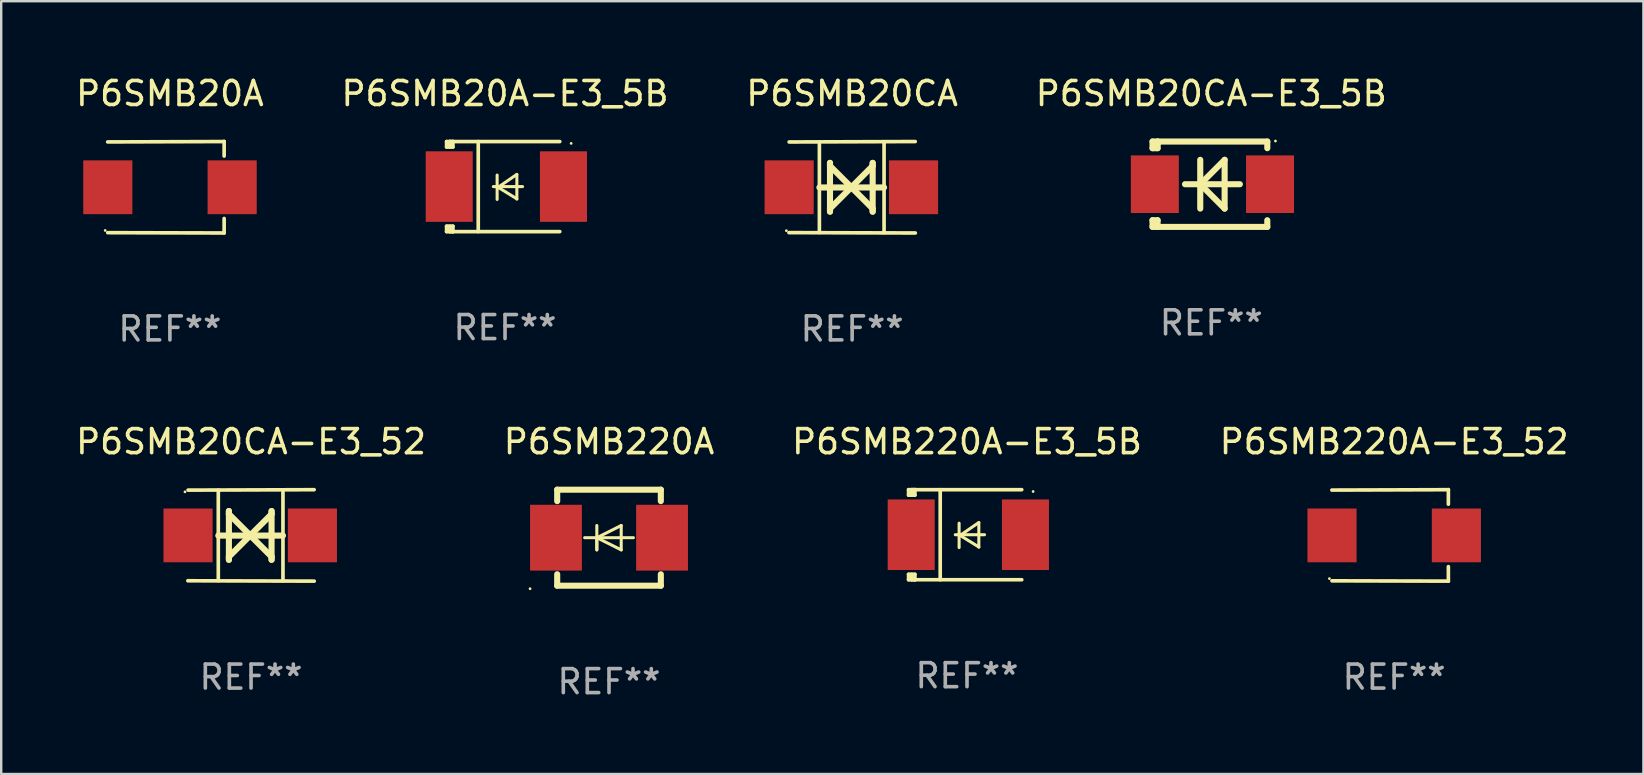
<source format=kicad_pcb>
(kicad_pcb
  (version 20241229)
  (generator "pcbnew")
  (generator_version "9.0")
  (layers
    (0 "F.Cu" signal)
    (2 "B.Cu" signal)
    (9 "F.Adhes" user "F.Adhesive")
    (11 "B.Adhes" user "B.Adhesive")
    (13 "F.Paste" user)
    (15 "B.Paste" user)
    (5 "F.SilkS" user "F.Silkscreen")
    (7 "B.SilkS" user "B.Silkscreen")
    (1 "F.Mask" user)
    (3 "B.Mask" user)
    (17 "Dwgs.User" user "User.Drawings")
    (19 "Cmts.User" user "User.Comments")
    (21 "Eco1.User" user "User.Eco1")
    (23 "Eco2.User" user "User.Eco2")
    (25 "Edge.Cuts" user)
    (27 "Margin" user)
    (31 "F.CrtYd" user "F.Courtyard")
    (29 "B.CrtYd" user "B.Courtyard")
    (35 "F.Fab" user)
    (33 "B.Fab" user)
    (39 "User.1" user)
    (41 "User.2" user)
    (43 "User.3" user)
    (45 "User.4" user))
  (footprint "P6SMB220A"
    (layer "F.Cu")
    (at 22.327 19.355)
    (property "Reference" "P6SMB220A" (at 0 -4 0) (layer "F.SilkS") (effects (font (size 1 1) (thickness 0.15))))
    (attr through_hole)
    (fp_line (start -2.159 -2) (end 2.159 -2) (stroke (width 0.254) (type solid)) (layer "F.SilkS"))
    (fp_line (start -2.159 -1.524) (end -2.159 -2) (stroke (width 0.254) (type solid)) (layer "F.SilkS"))
    (fp_line (start -2.159 1.524) (end -2.159 2) (stroke (width 0.254) (type solid)) (layer "F.SilkS"))
    (fp_line (start -2.159 2) (end 2.159 2) (stroke (width 0.254) (type solid)) (layer "F.SilkS"))
    (fp_line (start -0.508 0) (end -0.508 0.508) (stroke (width 0.127) (type solid)) (layer "F.SilkS"))
    (fp_line (start -0.508 0) (end 0.508 0.508) (stroke (width 0.127) (type solid)) (layer "F.SilkS"))
    (fp_line (start -0.508 0.508) (end -0.508 -0.508) (stroke (width 0.127) (type solid)) (layer "F.SilkS"))
    (fp_line (start 0.508 -0.508) (end -0.508 0) (stroke (width 0.127) (type solid)) (layer "F.SilkS"))
    (fp_line (start 0.508 0.508) (end 0.508 -0.508) (stroke (width 0.127) (type solid)) (layer "F.SilkS"))
    (fp_line (start 1.016 0) (end -1.016 0) (stroke (width 0.127) (type solid)) (layer "F.SilkS"))
    (fp_line (start 2.159 -2) (end 2.159 -1.524) (stroke (width 0.254) (type solid)) (layer "F.SilkS"))
    (fp_line (start 2.159 2) (end 2.159 1.524) (stroke (width 0.254) (type solid)) (layer "F.SilkS"))
    (fp_circle (center -3.289 2.127) (end -3.259 2.127) (stroke (width 0.06) (type solid)) (fill no) (layer "F.SilkS"))
    (fp_text user "REF**" (at 0 6 0) (layer "F.Fab") (effects (font (size 1 1) (thickness 0.15))))
    (pad "1" smd rect (at -2.21 0 180) (size 2.159 2.743) (layers "F.Cu" "F.Mask" "F.Paste"))
    (pad "2" smd rect (at 2.21 0 180) (size 2.159 2.743) (layers "F.Cu" "F.Mask" "F.Paste")))
  (footprint "P6SMB20A"
    (layer "F.Cu")
    (at 4.03 4.753)
    (property "Reference" "P6SMB20A" (at 0 -3.905 0) (layer "F.SilkS") (effects (font (size 1 1) (thickness 0.15))))
    (attr through_hole)
    (fp_line (start 2.256 -1.905) (end -2.594 -1.889) (stroke (width 0.152) (type solid)) (layer "F.SilkS"))
    (fp_line (start 2.256 -1.905) (end 2.26 -1.905) (stroke (width 0.152) (type solid)) (layer "F.SilkS"))
    (fp_line (start 2.26 -1.905) (end 2.26 -1.301) (stroke (width 0.152) (type solid)) (layer "F.SilkS"))
    (fp_line (start 2.26 1.301) (end 2.26 1.905) (stroke (width 0.152) (type solid)) (layer "F.SilkS"))
    (fp_line (start 2.26 1.905) (end -2.59 1.892) (stroke (width 0.152) (type solid)) (layer "F.SilkS"))
    (fp_circle (center -2.697 1.8) (end -2.667 1.8) (stroke (width 0.06) (type solid)) (fill no) (layer "F.SilkS"))
    (fp_text user "REF**" (at 0 5.905 0) (layer "F.Fab") (effects (font (size 1 1) (thickness 0.15))))
    (pad "1" smd rect (at -2.588 0) (size 2.047 2.241) (layers "F.Cu" "F.Mask" "F.Paste"))
    (pad "2" smd rect (at 2.594 0) (size 2.047 2.241) (layers "F.Cu" "F.Mask" "F.Paste")))
  (footprint "P6SMB20CA-E3_5B"
    (layer "F.Cu")
    (at 47.423 4.626)
    (property "Reference" "P6SMB20CA-E3_5B" (at 0 -3.778 0) (layer "F.SilkS") (effects (font (size 1 1) (thickness 0.15))))
    (attr through_hole)
    (fp_line (start -2.448 1.501) (end -2.448 1.778) (stroke (width 0.254) (type solid)) (layer "F.SilkS"))
    (fp_line (start -2.448 1.778) (end -2.237 1.778) (stroke (width 0.254) (type solid)) (layer "F.SilkS"))
    (fp_line (start -2.448 -1.778) (end -2.448 -1.501) (stroke (width 0.254) (type solid)) (layer "F.SilkS"))
    (fp_line (start -2.448 -1.501) (end -2.238 -1.501) (stroke (width 0.254) (type solid)) (layer "F.SilkS"))
    (fp_line (start -2.448 1.501) (end -2.238 1.501) (stroke (width 0.254) (type solid)) (layer "F.SilkS"))
    (fp_line (start -2.238 -1.778) (end -2.448 -1.778) (stroke (width 0.254) (type solid)) (layer "F.SilkS"))
    (fp_line (start -2.238 -1.778) (end 2.334 -1.778) (stroke (width 0.254) (type solid)) (layer "F.SilkS"))
    (fp_line (start -2.238 -1.651) (end -2.238 -1.778) (stroke (width 0.254) (type solid)) (layer "F.SilkS"))
    (fp_line (start -2.238 -1.501) (end -2.238 -1.651) (stroke (width 0.254) (type solid)) (layer "F.SilkS"))
    (fp_line (start -2.238 1.778) (end -2.238 1.501) (stroke (width 0.254) (type solid)) (layer "F.SilkS"))
    (fp_line (start -1.095 0) (end 1.191 0) (stroke (width 0.254) (type solid)) (layer "F.SilkS"))
    (fp_line (start -0.46 -1.016) (end -0.46 1.016) (stroke (width 0.254) (type solid)) (layer "F.SilkS"))
    (fp_line (start -0.459 -0.000178) (end 0.557 1.016) (stroke (width 0.254) (type solid)) (layer "F.SilkS"))
    (fp_line (start 0.556 -1.016) (end 0.556 1.016) (stroke (width 0.254) (type solid)) (layer "F.SilkS"))
    (fp_line (start 0.557 -1.016) (end -0.459 -0.000178) (stroke (width 0.254) (type solid)) (layer "F.SilkS"))
    (fp_line (start 2.334 -1.778) (end 2.334 -1.501) (stroke (width 0.254) (type solid)) (layer "F.SilkS"))
    (fp_line (start 2.334 1.501) (end 2.334 1.778) (stroke (width 0.254) (type solid)) (layer "F.SilkS"))
    (fp_line (start 2.334 1.778) (end -2.238 1.778) (stroke (width 0.254) (type solid)) (layer "F.SilkS"))
    (fp_circle (center 2.674 -1.8) (end 2.704 -1.8) (stroke (width 0.06) (type solid)) (fill no) (layer "F.SilkS"))
    (fp_text user "REF**" (at 0 5.778 0) (layer "F.Fab") (effects (font (size 1 1) (thickness 0.15))))
    (pad "1" smd rect (at 2.448 -0.000025) (size 2 2.4) (layers "F.Cu" "F.Mask" "F.Paste"))
    (pad "2" smd rect (at -2.352 -0.000025) (size 2 2.4) (layers "F.Cu" "F.Mask" "F.Paste")))
  (footprint "P6SMB220A-E3_52"
    (layer "F.Cu")
    (at 55.042 19.26)
    (property "Reference" "P6SMB220A-E3_52" (at 0 -3.905 0) (layer "F.SilkS") (effects (font (size 1 1) (thickness 0.15))))
    (attr through_hole)
    (fp_line (start 2.256 -1.905) (end -2.594 -1.889) (stroke (width 0.152) (type solid)) (layer "F.SilkS"))
    (fp_line (start 2.256 -1.905) (end 2.26 -1.905) (stroke (width 0.152) (type solid)) (layer "F.SilkS"))
    (fp_line (start 2.26 -1.905) (end 2.26 -1.301) (stroke (width 0.152) (type solid)) (layer "F.SilkS"))
    (fp_line (start 2.26 1.301) (end 2.26 1.905) (stroke (width 0.152) (type solid)) (layer "F.SilkS"))
    (fp_line (start 2.26 1.905) (end -2.59 1.892) (stroke (width 0.152) (type solid)) (layer "F.SilkS"))
    (fp_circle (center -2.697 1.8) (end -2.667 1.8) (stroke (width 0.06) (type solid)) (fill no) (layer "F.SilkS"))
    (fp_text user "REF**" (at 0 5.905 0) (layer "F.Fab") (effects (font (size 1 1) (thickness 0.15))))
    (pad "1" smd rect (at -2.588 0) (size 2.047 2.241) (layers "F.Cu" "F.Mask" "F.Paste"))
    (pad "2" smd rect (at 2.594 0) (size 2.047 2.241) (layers "F.Cu" "F.Mask" "F.Paste")))
  (footprint "P6SMB20CA"
    (layer "F.Cu")
    (at 32.458 4.753)
    (property "Reference" "P6SMB20CA" (at 0 -3.905 0) (layer "F.SilkS") (effects (font (size 1 1) (thickness 0.15))))
    (attr through_hole)
    (fp_line (start -1.365 1.886) (end -1.365 -1.886) (stroke (width 0.152) (type solid)) (layer "F.SilkS"))
    (fp_line (start -1.365 0.008) (end 1.33 0.008) (stroke (width 0.254) (type solid)) (layer "F.SilkS"))
    (fp_line (start -0.923 -1.016) (end -0.923 1.016) (stroke (width 0.254) (type solid)) (layer "F.SilkS"))
    (fp_line (start -0.923 -0.889) (end -0.923 -1.016) (stroke (width 0.254) (type solid)) (layer "F.SilkS"))
    (fp_line (start -0.923 0.889) (end -0.034 0) (stroke (width 0.254) (type solid)) (layer "F.SilkS"))
    (fp_line (start -0.923 1.016) (end -0.923 0.889) (stroke (width 0.254) (type solid)) (layer "F.SilkS"))
    (fp_line (start -0.034 0) (end -0.923 -0.889) (stroke (width 0.254) (type solid)) (layer "F.SilkS"))
    (fp_line (start -0.034 0) (end 0.855 0.889) (stroke (width 0.254) (type solid)) (layer "F.SilkS"))
    (fp_line (start 0.855 -1.016) (end 0.855 -0.889) (stroke (width 0.254) (type solid)) (layer "F.SilkS"))
    (fp_line (start 0.855 -0.889) (end -0.034 0) (stroke (width 0.254) (type solid)) (layer "F.SilkS"))
    (fp_line (start 0.855 0.889) (end 0.855 1.016) (stroke (width 0.254) (type solid)) (layer "F.SilkS"))
    (fp_line (start 0.855 1.016) (end 0.855 -1.016) (stroke (width 0.254) (type solid)) (layer "F.SilkS"))
    (fp_line (start 1.33 1.886) (end 1.33 -1.886) (stroke (width 0.152) (type solid)) (layer "F.SilkS"))
    (fp_line (start 2.629 -1.905) (end -2.625 -1.887) (stroke (width 0.152) (type solid)) (layer "F.SilkS"))
    (fp_line (start 2.633 1.905) (end -2.633 1.89) (stroke (width 0.152) (type solid)) (layer "F.SilkS"))
    (fp_circle (center -2.741 1.81) (end -2.711 1.81) (stroke (width 0.06) (type solid)) (fill no) (layer "F.SilkS"))
    (fp_text user "REF**" (at 0 5.905 0) (layer "F.Fab") (effects (font (size 1 1) (thickness 0.15))))
    (pad "1" smd rect (at -2.625 0) (size 2.047 2.241) (layers "F.Cu" "F.Mask" "F.Paste"))
    (pad "2" smd rect (at 2.557 0) (size 2.047 2.241) (layers "F.Cu" "F.Mask" "F.Paste")))
  (footprint "P6SMB220A-E3_5B"
    (layer "F.Cu")
    (at 37.244 19.231)
    (property "Reference" "P6SMB220A-E3_5B" (at 0 -3.876 0) (layer "F.SilkS") (effects (font (size 1 1) (thickness 0.15))))
    (attr through_hole)
    (fp_line (start -2.435 1.65) (end -2.171 1.65) (stroke (width 0.152) (type solid)) (layer "F.SilkS"))
    (fp_line (start -2.435 1.876) (end -2.435 1.65) (stroke (width 0.152) (type solid)) (layer "F.SilkS"))
    (fp_line (start -2.435 -1.876) (end -2.171 -1.876) (stroke (width 0.152) (type solid)) (layer "F.SilkS"))
    (fp_line (start -2.435 -1.65) (end -2.435 -1.876) (stroke (width 0.152) (type solid)) (layer "F.SilkS"))
    (fp_line (start -2.305 -1.866) (end -2.295 -1.876) (stroke (width 0.152) (type solid)) (layer "F.SilkS"))
    (fp_line (start -2.305 -1.65) (end -2.305 -1.866) (stroke (width 0.152) (type solid)) (layer "F.SilkS"))
    (fp_line (start -2.305 1.876) (end -2.305 1.65) (stroke (width 0.152) (type solid)) (layer "F.SilkS"))
    (fp_line (start -2.295 -1.876) (end -2.295 -1.65) (stroke (width 0.152) (type solid)) (layer "F.SilkS"))
    (fp_line (start -2.171 1.876) (end -2.435 1.876) (stroke (width 0.152) (type solid)) (layer "F.SilkS"))
    (fp_line (start -2.171 -1.65) (end -2.435 -1.65) (stroke (width 0.152) (type solid)) (layer "F.SilkS"))
    (fp_line (start -2.171 -1.876) (end -2.295 -1.876) (stroke (width 0.152) (type solid)) (layer "F.SilkS"))
    (fp_line (start -2.171 -1.65) (end -2.171 -1.876) (stroke (width 0.152) (type solid)) (layer "F.SilkS"))
    (fp_line (start -2.171 1.876) (end -2.305 1.876) (stroke (width 0.152) (type solid)) (layer "F.SilkS"))
    (fp_line (start -2.171 1.876) (end -2.171 1.65) (stroke (width 0.152) (type solid)) (layer "F.SilkS"))
    (fp_line (start -1.116 1.876) (end -1.116 -1.876) (stroke (width 0.152) (type solid)) (layer "F.SilkS"))
    (fp_line (start -0.488 0.000102) (end 0.731 0.000102) (stroke (width 0.127) (type solid)) (layer "F.SilkS"))
    (fp_line (start -0.329 -0.48) (end -0.329 0.536) (stroke (width 0.127) (type solid)) (layer "F.SilkS"))
    (fp_line (start -0.29 0.03) (end 0.493 0.51) (stroke (width 0.127) (type solid)) (layer "F.SilkS"))
    (fp_line (start 0.493 -0.51) (end -0.29 0.03) (stroke (width 0.127) (type solid)) (layer "F.SilkS"))
    (fp_line (start 0.493 0.52) (end 0.493 -0.496) (stroke (width 0.127) (type solid)) (layer "F.SilkS"))
    (fp_line (start 2.281 -1.876) (end -2.171 -1.876) (stroke (width 0.152) (type solid)) (layer "F.SilkS"))
    (fp_line (start 2.281 1.876) (end -2.171 1.876) (stroke (width 0.152) (type solid)) (layer "F.SilkS"))
    (fp_circle (center 2.755 -1.8) (end 2.785 -1.8) (stroke (width 0.06) (type solid)) (fill no) (layer "F.SilkS"))
    (fp_text user "REF**" (at 0 5.876 0) (layer "F.Fab") (effects (font (size 1 1) (thickness 0.15))))
    (pad "1" smd rect (at 2.435 -0.000025 180) (size 1.96 2.94) (layers "F.Cu" "F.Mask" "F.Paste"))
    (pad "2" smd rect (at -2.325 -0.000025 180) (size 1.96 2.94) (layers "F.Cu" "F.Mask" "F.Paste")))
  (footprint "P6SMB20A-E3_5B"
    (layer "F.Cu")
    (at 17.994 4.725)
    (property "Reference" "P6SMB20A-E3_5B" (at 0 -3.876 0) (layer "F.SilkS") (effects (font (size 1 1) (thickness 0.15))))
    (attr through_hole)
    (fp_line (start -2.435 1.65) (end -2.171 1.65) (stroke (width 0.152) (type solid)) (layer "F.SilkS"))
    (fp_line (start -2.435 1.876) (end -2.435 1.65) (stroke (width 0.152) (type solid)) (layer "F.SilkS"))
    (fp_line (start -2.435 -1.876) (end -2.171 -1.876) (stroke (width 0.152) (type solid)) (layer "F.SilkS"))
    (fp_line (start -2.435 -1.65) (end -2.435 -1.876) (stroke (width 0.152) (type solid)) (layer "F.SilkS"))
    (fp_line (start -2.305 -1.866) (end -2.295 -1.876) (stroke (width 0.152) (type solid)) (layer "F.SilkS"))
    (fp_line (start -2.305 -1.65) (end -2.305 -1.866) (stroke (width 0.152) (type solid)) (layer "F.SilkS"))
    (fp_line (start -2.305 1.876) (end -2.305 1.65) (stroke (width 0.152) (type solid)) (layer "F.SilkS"))
    (fp_line (start -2.295 -1.876) (end -2.295 -1.65) (stroke (width 0.152) (type solid)) (layer "F.SilkS"))
    (fp_line (start -2.171 1.876) (end -2.435 1.876) (stroke (width 0.152) (type solid)) (layer "F.SilkS"))
    (fp_line (start -2.171 -1.65) (end -2.435 -1.65) (stroke (width 0.152) (type solid)) (layer "F.SilkS"))
    (fp_line (start -2.171 -1.876) (end -2.295 -1.876) (stroke (width 0.152) (type solid)) (layer "F.SilkS"))
    (fp_line (start -2.171 -1.65) (end -2.171 -1.876) (stroke (width 0.152) (type solid)) (layer "F.SilkS"))
    (fp_line (start -2.171 1.876) (end -2.305 1.876) (stroke (width 0.152) (type solid)) (layer "F.SilkS"))
    (fp_line (start -2.171 1.876) (end -2.171 1.65) (stroke (width 0.152) (type solid)) (layer "F.SilkS"))
    (fp_line (start -1.116 1.876) (end -1.116 -1.876) (stroke (width 0.152) (type solid)) (layer "F.SilkS"))
    (fp_line (start -0.488 0.000102) (end 0.731 0.000102) (stroke (width 0.127) (type solid)) (layer "F.SilkS"))
    (fp_line (start -0.329 -0.48) (end -0.329 0.536) (stroke (width 0.127) (type solid)) (layer "F.SilkS"))
    (fp_line (start -0.29 0.03) (end 0.493 0.51) (stroke (width 0.127) (type solid)) (layer "F.SilkS"))
    (fp_line (start 0.493 -0.51) (end -0.29 0.03) (stroke (width 0.127) (type solid)) (layer "F.SilkS"))
    (fp_line (start 0.493 0.52) (end 0.493 -0.496) (stroke (width 0.127) (type solid)) (layer "F.SilkS"))
    (fp_line (start 2.281 -1.876) (end -2.171 -1.876) (stroke (width 0.152) (type solid)) (layer "F.SilkS"))
    (fp_line (start 2.281 1.876) (end -2.171 1.876) (stroke (width 0.152) (type solid)) (layer "F.SilkS"))
    (fp_circle (center 2.755 -1.8) (end 2.785 -1.8) (stroke (width 0.06) (type solid)) (fill no) (layer "F.SilkS"))
    (fp_text user "REF**" (at 0 5.876 0) (layer "F.Fab") (effects (font (size 1 1) (thickness 0.15))))
    (pad "1" smd rect (at 2.435 -0.000025 180) (size 1.96 2.94) (layers "F.Cu" "F.Mask" "F.Paste"))
    (pad "2" smd rect (at -2.325 -0.000025 180) (size 1.96 2.94) (layers "F.Cu" "F.Mask" "F.Paste")))
  (footprint "P6SMB20CA-E3_52"
    (layer "F.Cu")
    (at 7.411 19.26)
    (property "Reference" "P6SMB20CA-E3_52" (at 0 -3.905 0) (layer "F.SilkS") (effects (font (size 1 1) (thickness 0.15))))
    (attr through_hole)
    (fp_line (start -1.365 1.886) (end -1.365 -1.886) (stroke (width 0.152) (type solid)) (layer "F.SilkS"))
    (fp_line (start -1.365 0.008) (end 1.33 0.008) (stroke (width 0.254) (type solid)) (layer "F.SilkS"))
    (fp_line (start -0.923 -1.016) (end -0.923 1.016) (stroke (width 0.254) (type solid)) (layer "F.SilkS"))
    (fp_line (start -0.923 -0.889) (end -0.923 -1.016) (stroke (width 0.254) (type solid)) (layer "F.SilkS"))
    (fp_line (start -0.923 0.889) (end -0.034 0) (stroke (width 0.254) (type solid)) (layer "F.SilkS"))
    (fp_line (start -0.923 1.016) (end -0.923 0.889) (stroke (width 0.254) (type solid)) (layer "F.SilkS"))
    (fp_line (start -0.034 0) (end -0.923 -0.889) (stroke (width 0.254) (type solid)) (layer "F.SilkS"))
    (fp_line (start -0.034 0) (end 0.855 0.889) (stroke (width 0.254) (type solid)) (layer "F.SilkS"))
    (fp_line (start 0.855 -1.016) (end 0.855 -0.889) (stroke (width 0.254) (type solid)) (layer "F.SilkS"))
    (fp_line (start 0.855 -0.889) (end -0.034 0) (stroke (width 0.254) (type solid)) (layer "F.SilkS"))
    (fp_line (start 0.855 0.889) (end 0.855 1.016) (stroke (width 0.254) (type solid)) (layer "F.SilkS"))
    (fp_line (start 0.855 1.016) (end 0.855 -1.016) (stroke (width 0.254) (type solid)) (layer "F.SilkS"))
    (fp_line (start 1.33 1.886) (end 1.33 -1.886) (stroke (width 0.152) (type solid)) (layer "F.SilkS"))
    (fp_line (start 2.629 -1.905) (end -2.625 -1.887) (stroke (width 0.152) (type solid)) (layer "F.SilkS"))
    (fp_line (start 2.633 1.905) (end -2.633 1.89) (stroke (width 0.152) (type solid)) (layer "F.SilkS"))
    (fp_circle (center -2.753 -1.816) (end -2.723 -1.816) (stroke (width 0.06) (type solid)) (fill no) (layer "F.SilkS"))
    (fp_text user "REF**" (at 0 5.905 0) (layer "F.Fab") (effects (font (size 1 1) (thickness 0.15))))
    (pad "1" smd rect (at -2.625 0) (size 2.047 2.241) (layers "F.Cu" "F.Mask" "F.Paste"))
    (pad "2" smd rect (at 2.557 0) (size 2.047 2.241) (layers "F.Cu" "F.Mask" "F.Paste")))
  (gr_rect
    (start -3 -3)
    (end 65.429 29.203)
    (stroke (width 0.1) (type default))
    (fill no)
    (layer "Edge.Cuts")))
</source>
